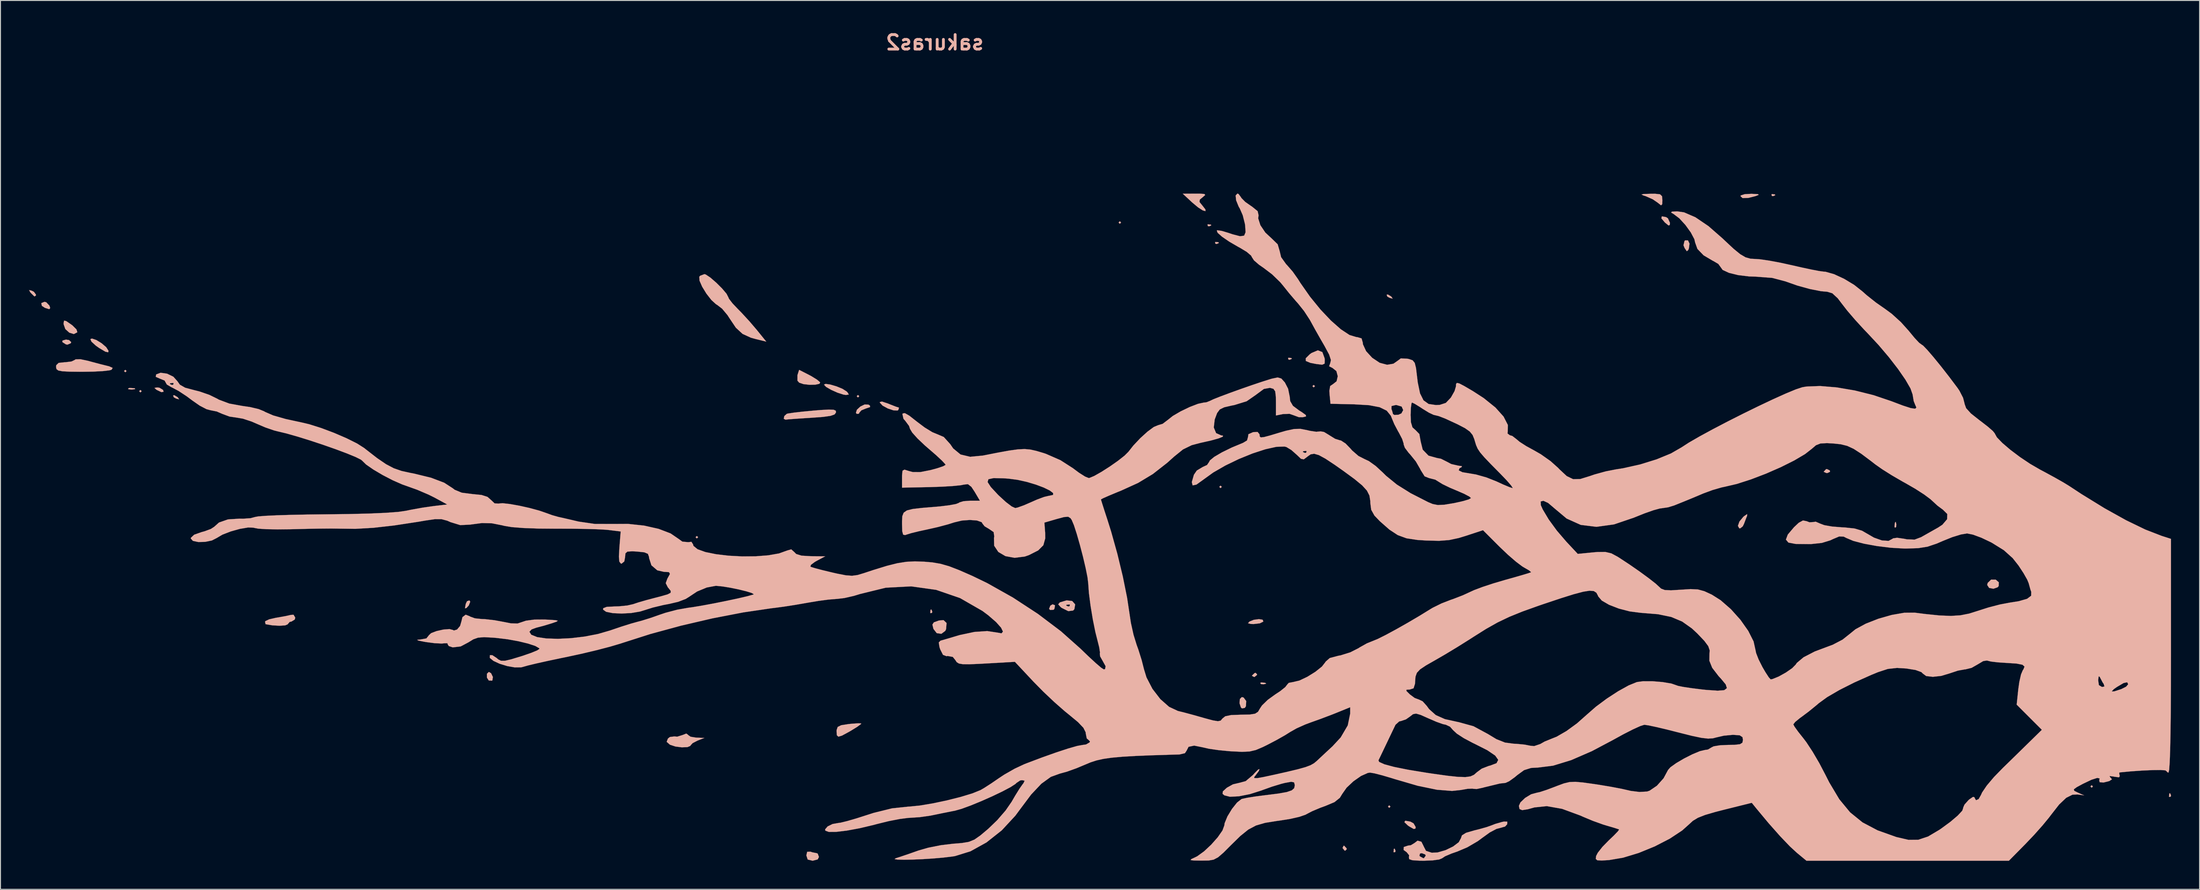
<source format=kicad_pcb>
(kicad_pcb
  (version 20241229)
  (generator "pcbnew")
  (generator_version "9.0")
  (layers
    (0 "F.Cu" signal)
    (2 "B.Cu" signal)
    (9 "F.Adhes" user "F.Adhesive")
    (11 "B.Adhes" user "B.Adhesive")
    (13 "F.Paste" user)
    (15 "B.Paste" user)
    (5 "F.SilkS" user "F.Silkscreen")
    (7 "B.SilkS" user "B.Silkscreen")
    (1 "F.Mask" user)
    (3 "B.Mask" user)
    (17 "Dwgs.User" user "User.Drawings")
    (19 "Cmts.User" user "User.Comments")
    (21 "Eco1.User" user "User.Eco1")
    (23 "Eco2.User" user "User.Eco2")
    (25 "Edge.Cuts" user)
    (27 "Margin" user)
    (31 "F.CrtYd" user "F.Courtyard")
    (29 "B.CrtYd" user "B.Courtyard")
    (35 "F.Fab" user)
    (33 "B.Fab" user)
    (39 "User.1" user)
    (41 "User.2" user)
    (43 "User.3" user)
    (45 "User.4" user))
  (footprint "sakuras2"
    (layer "F.Cu")
    (at 135.821 56.028)
    (property "Reference" "sakuras2" (at -40.64 -54.61 180) (layer "B.SilkS") (effects (font (size 1.524 1.524) (thickness 0.3)) (justify mirror)))
    (attr through_hole)
    (fp_poly (pts (xy -125.836 -20.082) (xy -125.704 -19.95) (xy -125.571 -20.082) (xy -125.704 -20.214) (xy -125.836 -20.082)) (stroke (width 0.01) (type solid)) (fill yes) (layer "B.SilkS"))
    (fp_poly (pts (xy -124.248 -17.965) (xy -124.116 -17.833) (xy -123.984 -17.965) (xy -124.116 -18.098) (xy -124.248 -17.965)) (stroke (width 0.01) (type solid)) (fill yes) (layer "B.SilkS"))
    (fp_poly (pts (xy -65.775 -2.619) (xy -65.643 -2.487) (xy -65.511 -2.619) (xy -65.643 -2.752) (xy -65.775 -2.619)) (stroke (width 0.01) (type solid)) (fill yes) (layer "B.SilkS"))
    (fp_poly (pts (xy -48.842 -17.436) (xy -48.71 -17.304) (xy -48.578 -17.436) (xy -48.71 -17.568) (xy -48.842 -17.436)) (stroke (width 0.01) (type solid)) (fill yes) (layer "B.SilkS"))
    (fp_poly (pts (xy -21.325 -35.692) (xy -21.193 -35.56) (xy -21.061 -35.692) (xy -21.193 -35.825) (xy -21.325 -35.692)) (stroke (width 0.01) (type solid)) (fill yes) (layer "B.SilkS"))
    (fp_poly (pts (xy -10.742 -7.911) (xy -10.61 -7.779) (xy -10.477 -7.911) (xy -10.61 -8.043) (xy -10.742 -7.911)) (stroke (width 0.01) (type solid)) (fill yes) (layer "B.SilkS"))
    (fp_poly (pts (xy -0.953 -18.494) (xy -0.82 -18.362) (xy -0.688 -18.494) (xy -0.82 -18.627) (xy -0.953 -18.494)) (stroke (width 0.01) (type solid)) (fill yes) (layer "B.SilkS"))
    (fp_poly (pts (xy 6.985 25.691) (xy 7.117 25.823) (xy 7.25 25.691) (xy 7.117 25.559) (xy 6.985 25.691)) (stroke (width 0.01) (type solid)) (fill yes) (layer "B.SilkS"))
    (fp_poly (pts (xy 80.804 23.574) (xy 80.936 23.707) (xy 81.068 23.574) (xy 80.936 23.442) (xy 80.804 23.574)) (stroke (width 0.01) (type solid)) (fill yes) (layer "B.SilkS"))
    (fp_poly (pts (xy -125.373 -18.273) (xy -125.406 -18.176) (xy -125.042 -18.139) (xy -124.666 -18.181) (xy -124.711 -18.273) (xy -125.253 -18.308) (xy -125.373 -18.273)) (stroke (width 0.01) (type solid)) (fill yes) (layer "B.SilkS"))
    (fp_poly (pts (xy -41.081 5.009) (xy -41.113 5.323) (xy -41.081 5.362) (xy -40.924 5.326) (xy -40.905 5.186) (xy -41.001 4.968) (xy -41.081 5.009)) (stroke (width 0.01) (type solid)) (fill yes) (layer "B.SilkS"))
    (fp_poly (pts (xy -11.977 -35.472) (xy -11.94 -35.315) (xy -11.8 -35.295) (xy -11.583 -35.392) (xy -11.624 -35.472) (xy -11.938 -35.503) (xy -11.977 -35.472)) (stroke (width 0.01) (type solid)) (fill yes) (layer "B.SilkS"))
    (fp_poly (pts (xy -11.183 -33.62) (xy -11.147 -33.462) (xy -11.007 -33.443) (xy -10.789 -33.54) (xy -10.83 -33.62) (xy -11.144 -33.651) (xy -11.183 -33.62)) (stroke (width 0.01) (type solid)) (fill yes) (layer "B.SilkS"))
    (fp_poly (pts (xy -6.437 12.699) (xy -6.358 12.819) (xy -6.09 12.838) (xy -5.808 12.773) (xy -5.93 12.678) (xy -6.343 12.646) (xy -6.437 12.699)) (stroke (width 0.01) (type solid)) (fill yes) (layer "B.SilkS"))
    (fp_poly (pts (xy -3.51 -21.449) (xy -3.474 -21.292) (xy -3.334 -21.273) (xy -3.116 -21.369) (xy -3.157 -21.449) (xy -3.471 -21.481) (xy -3.51 -21.449)) (stroke (width 0.01) (type solid)) (fill yes) (layer "B.SilkS"))
    (fp_poly (pts (xy 7.602 30.145) (xy 7.571 30.459) (xy 7.602 30.498) (xy 7.76 30.461) (xy 7.779 30.321) (xy 7.682 30.103) (xy 7.602 30.145)) (stroke (width 0.01) (type solid)) (fill yes) (layer "B.SilkS"))
    (fp_poly (pts (xy 47.29 -38.647) (xy 47.326 -38.49) (xy 47.466 -38.47) (xy 47.684 -38.567) (xy 47.643 -38.647) (xy 47.329 -38.678) (xy 47.29 -38.647)) (stroke (width 0.01) (type solid)) (fill yes) (layer "B.SilkS"))
    (fp_poly (pts (xy 60.25 -4.124) (xy 60.219 -3.711) (xy 60.271 -3.617) (xy 60.391 -3.696) (xy 60.41 -3.964) (xy 60.345 -4.247) (xy 60.25 -4.124)) (stroke (width 0.01) (type solid)) (fill yes) (layer "B.SilkS"))
    (fp_poly (pts (xy 89.094 24.324) (xy 89.062 24.638) (xy 89.094 24.677) (xy 89.251 24.64) (xy 89.27 24.5) (xy 89.174 24.283) (xy 89.094 24.324)) (stroke (width 0.01) (type solid)) (fill yes) (layer "B.SilkS"))
    (fp_poly (pts (xy -120.683 -17.517) (xy -120.604 -17.32) (xy -120.357 -17.188) (xy -120.048 -17.108) (xy -120.175 -17.302) (xy -120.209 -17.337) (xy -120.556 -17.546) (xy -120.683 -17.517)) (stroke (width 0.01) (type solid)) (fill yes) (layer "B.SilkS"))
    (fp_poly (pts (xy -89.796 4.108) (xy -89.93 4.395) (xy -90.01 4.848) (xy -89.862 4.829) (xy -89.607 4.548) (xy -89.454 4.16) (xy -89.545 4.022) (xy -89.796 4.108)) (stroke (width 0.01) (type solid)) (fill yes) (layer "B.SilkS"))
    (fp_poly (pts (xy -28.497 4.578) (xy -28.627 4.91) (xy -28.511 5.028) (xy -28.152 5.005) (xy -28.064 4.908) (xy -28.002 4.532) (xy -28.258 4.431) (xy -28.497 4.578)) (stroke (width 0.01) (type solid)) (fill yes) (layer "B.SilkS"))
    (fp_poly (pts (xy 6.846 -28.101) (xy 6.925 -27.904) (xy 7.172 -27.772) (xy 7.481 -27.691) (xy 7.354 -27.885) (xy 7.32 -27.92) (xy 6.973 -28.129) (xy 6.846 -28.101)) (stroke (width 0.01) (type solid)) (fill yes) (layer "B.SilkS"))
    (fp_poly (pts (xy 53.004 -9.752) (xy 52.77 -9.496) (xy 53.037 -9.371) (xy 53.17 -9.366) (xy 53.443 -9.496) (xy 53.417 -9.635) (xy 53.1 -9.788) (xy 53.004 -9.752)) (stroke (width 0.01) (type solid)) (fill yes) (layer "B.SilkS"))
    (fp_poly (pts (xy -135.694 -28.368) (xy -135.63 -28.29) (xy -135.258 -27.923) (xy -135.105 -28.008) (xy -135.096 -28.123) (xy -135.308 -28.408) (xy -135.531 -28.526) (xy -135.816 -28.594) (xy -135.694 -28.368)) (stroke (width 0.01) (type solid)) (fill yes) (layer "B.SilkS"))
    (fp_poly (pts (xy -134.533 -27.222) (xy -134.472 -26.936) (xy -134.149 -26.725) (xy -133.688 -26.582) (xy -133.597 -26.713) (xy -133.678 -26.961) (xy -134.011 -27.313) (xy -134.199 -27.358) (xy -134.533 -27.222)) (stroke (width 0.01) (type solid)) (fill yes) (layer "B.SilkS"))
    (fp_poly (pts (xy -132.303 -23.287) (xy -132.318 -23.125) (xy -131.935 -22.881) (xy -131.773 -22.86) (xy -131.431 -23.008) (xy -131.392 -23.125) (xy -131.614 -23.337) (xy -131.937 -23.389) (xy -132.303 -23.287)) (stroke (width 0.01) (type solid)) (fill yes) (layer "B.SilkS"))
    (fp_poly (pts (xy -122.642 -18.315) (xy -122.449 -18.132) (xy -122.396 -18.098) (xy -121.911 -17.864) (xy -121.68 -17.903) (xy -121.735 -18.098) (xy -122.112 -18.328) (xy -122.346 -18.358) (xy -122.642 -18.315)) (stroke (width 0.01) (type solid)) (fill yes) (layer "B.SilkS"))
    (fp_poly (pts (xy -87.704 11.733) (xy -87.704 12.131) (xy -87.508 12.439) (xy -87.167 12.458) (xy -87.13 12.429) (xy -87.074 12.076) (xy -87.264 11.675) (xy -87.5 11.536) (xy -87.704 11.733)) (stroke (width 0.01) (type solid)) (fill yes) (layer "B.SilkS"))
    (fp_poly (pts (xy -7.038 11.668) (xy -7.29 11.906) (xy -7.303 11.948) (xy -7.098 12.062) (xy -7.038 12.065) (xy -6.784 11.862) (xy -6.773 11.785) (xy -6.935 11.627) (xy -7.038 11.668)) (stroke (width 0.01) (type solid)) (fill yes) (layer "B.SilkS"))
    (fp_poly (pts (xy 2.226 29.997) (xy 2.223 30.057) (xy 2.426 30.311) (xy 2.503 30.321) (xy 2.661 30.159) (xy 2.619 30.057) (xy 2.382 29.804) (xy 2.339 29.792) (xy 2.226 29.997)) (stroke (width 0.01) (type solid)) (fill yes) (layer "B.SilkS"))
    (fp_poly (pts (xy 35.719 -36.128) (xy 36.088 -35.694) (xy 36.47 -35.382) (xy 36.604 -35.435) (xy 36.618 -35.66) (xy 36.407 -36.131) (xy 36.21 -36.262) (xy 35.763 -36.341) (xy 35.719 -36.128)) (stroke (width 0.01) (type solid)) (fill yes) (layer "B.SilkS"))
    (fp_poly (pts (xy -8.58 14.388) (xy -8.611 14.834) (xy -8.472 15.259) (xy -8.359 15.373) (xy -8.055 15.319) (xy -7.939 15.137) (xy -7.912 14.596) (xy -8.186 14.228) (xy -8.376 14.182) (xy -8.58 14.388)) (stroke (width 0.01) (type solid)) (fill yes) (layer "B.SilkS"))
    (fp_poly (pts (xy 8.711 27.326) (xy 9.076 27.675) (xy 9.226 27.778) (xy 9.697 28.046) (xy 9.876 27.996) (xy 9.895 27.832) (xy 9.674 27.453) (xy 9.346 27.272) (xy 8.806 27.174) (xy 8.711 27.326)) (stroke (width 0.01) (type solid)) (fill yes) (layer "B.SilkS"))
    (fp_poly (pts (xy 38.149 -33.756) (xy 38.04 -33.301) (xy 38.161 -33.006) (xy 38.39 -32.673) (xy 38.541 -32.802) (xy 38.608 -32.968) (xy 38.674 -33.477) (xy 38.515 -33.815) (xy 38.224 -33.819) (xy 38.149 -33.756)) (stroke (width 0.01) (type solid)) (fill yes) (layer "B.SilkS"))
    (fp_poly (pts (xy -40.199 6.134) (xy -40.737 6.328) (xy -40.888 6.563) (xy -40.779 7.018) (xy -40.433 7.463) (xy -39.945 7.532) (xy -39.531 7.221) (xy -39.45 7.04) (xy -39.399 6.396) (xy -39.719 6.093) (xy -40.199 6.134)) (stroke (width 0.01) (type solid)) (fill yes) (layer "B.SilkS"))
    (fp_poly (pts (xy -7.1 6.056) (xy -7.567 6.244) (xy -7.724 6.421) (xy -7.43 6.496) (xy -7.12 6.505) (xy -6.484 6.432) (xy -6.117 6.251) (xy -6.112 6.244) (xy -6.179 6.053) (xy -6.571 5.99) (xy -7.1 6.056)) (stroke (width 0.01) (type solid)) (fill yes) (layer "B.SilkS"))
    (fp_poly (pts (xy 44.465 -38.669) (xy 44.067 -38.539) (xy 44.027 -38.47) (xy 44.251 -38.261) (xy 44.868 -38.281) (xy 45.614 -38.47) (xy 45.949 -38.602) (xy 45.86 -38.672) (xy 45.296 -38.705) (xy 45.151 -38.709) (xy 44.465 -38.669)) (stroke (width 0.01) (type solid)) (fill yes) (layer "B.SilkS"))
    (fp_poly (pts (xy 70.37 1.835) (xy 70.008 2.184) (xy 69.956 2.399) (xy 70.16 2.708) (xy 70.607 2.798) (xy 71.048 2.644) (xy 71.161 2.517) (xy 71.178 2.118) (xy 70.853 1.837) (xy 70.372 1.835) (xy 70.37 1.835)) (stroke (width 0.01) (type solid)) (fill yes) (layer "B.SilkS"))
    (fp_poly (pts (xy -129.375 -23.441) (xy -129.261 -23.175) (xy -128.807 -22.758) (xy -128.453 -22.507) (xy -127.8 -22.119) (xy -127.498 -22.055) (xy -127.471 -22.214) (xy -127.714 -22.594) (xy -128.196 -23.006) (xy -128.748 -23.344) (xy -129.204 -23.499) (xy -129.375 -23.441)) (stroke (width 0.01) (type solid)) (fill yes) (layer "B.SilkS"))
    (fp_poly (pts (xy -54.05 30.444) (xy -54.134 30.822) (xy -53.992 31.255) (xy -53.485 31.38) (xy -53.472 31.38) (xy -52.94 31.242) (xy -52.811 30.983) (xy -52.942 30.63) (xy -53.054 30.586) (xy -53.497 30.499) (xy -53.715 30.425) (xy -54.05 30.444)) (stroke (width 0.01) (type solid)) (fill yes) (layer "B.SilkS"))
    (fp_poly (pts (xy 44.422 -4.841) (xy 44.33 -4.761) (xy 43.918 -4.266) (xy 43.761 -3.814) (xy 43.9 -3.56) (xy 43.996 -3.545) (xy 44.268 -3.76) (xy 44.393 -4.008) (xy 44.632 -4.638) (xy 44.727 -4.868) (xy 44.736 -5.052) (xy 44.422 -4.841)) (stroke (width 0.01) (type solid)) (fill yes) (layer "B.SilkS"))
    (fp_poly (pts (xy -132.185 -25.141) (xy -132.186 -25.004) (xy -132.007 -24.497) (xy -131.59 -24.118) (xy -131.11 -23.97) (xy -130.746 -24.158) (xy -130.743 -24.163) (xy -130.836 -24.457) (xy -131.257 -24.876) (xy -131.389 -24.974) (xy -131.912 -25.332) (xy -132.135 -25.385) (xy -132.185 -25.141)) (stroke (width 0.01) (type solid)) (fill yes) (layer "B.SilkS"))
    (fp_poly (pts (xy -55.071 -19.649) (xy -55.072 -19.074) (xy -54.89 -18.862) (xy -54.432 -18.707) (xy -53.807 -18.637) (xy -53.191 -18.65) (xy -52.761 -18.743) (xy -52.681 -18.895) (xy -53.005 -19.174) (xy -53.617 -19.551) (xy -53.87 -19.686) (xy -54.894 -20.208) (xy -55.071 -19.649)) (stroke (width 0.01) (type solid)) (fill yes) (layer "B.SilkS"))
    (fp_poly (pts (xy -48.462 -16.35) (xy -48.821 -16.016) (xy -48.926 -15.695) (xy -48.832 -15.578) (xy -48.596 -15.605) (xy -48.578 -15.696) (xy -48.352 -15.955) (xy -47.883 -16.145) (xy -47.435 -16.298) (xy -47.458 -16.459) (xy -47.61 -16.555) (xy -48.006 -16.571) (xy -48.462 -16.35)) (stroke (width 0.01) (type solid)) (fill yes) (layer "B.SilkS"))
    (fp_poly (pts (xy -1.051 -21.978) (xy -1.24 -21.836) (xy -1.658 -21.42) (xy -1.646 -21.141) (xy -1.167 -20.942) (xy -0.567 -20.826) (xy 0.07 -20.748) (xy 0.327 -20.86) (xy 0.344 -21.258) (xy 0.326 -21.431) (xy 0.092 -22.075) (xy -0.382 -22.261) (xy -1.051 -21.978)) (stroke (width 0.01) (type solid)) (fill yes) (layer "B.SilkS"))
    (fp_poly (pts (xy -52.282 -18.654) (xy -52.061 -18.417) (xy -51.521 -18.104) (xy -50.848 -17.805) (xy -50.228 -17.605) (xy -49.967 -17.568) (xy -49.671 -17.616) (xy -49.81 -17.843) (xy -49.91 -17.942) (xy -50.338 -18.214) (xy -50.962 -18.471) (xy -51.611 -18.662) (xy -52.108 -18.734) (xy -52.282 -18.654)) (stroke (width 0.01) (type solid)) (fill yes) (layer "B.SilkS"))
    (fp_poly (pts (xy -46.422 -16.818) (xy -46.413 -16.763) (xy -46.12 -16.448) (xy -45.576 -16.151) (xy -44.985 -15.954) (xy -44.551 -15.936) (xy -44.467 -15.996) (xy -44.4 -16.232) (xy -44.429 -16.245) (xy -44.723 -16.338) (xy -45.316 -16.569) (xy -45.529 -16.657) (xy -46.192 -16.88) (xy -46.422 -16.818)) (stroke (width 0.01) (type solid)) (fill yes) (layer "B.SilkS"))
    (fp_poly (pts (xy 34.568 -38.712) (xy 33.856 -38.689) (xy 33.626 -38.639) (xy 33.827 -38.538) (xy 34.067 -38.463) (xy 34.811 -38.135) (xy 35.324 -37.783) (xy 35.687 -37.496) (xy 35.811 -37.628) (xy 35.825 -38.033) (xy 35.786 -38.456) (xy 35.576 -38.659) (xy 35.056 -38.716) (xy 34.568 -38.712)) (stroke (width 0.01) (type solid)) (fill yes) (layer "B.SilkS"))
    (fp_poly (pts (xy -14.579 -38.721) (xy -13.59 -37.802) (xy -12.968 -37.282) (xy -12.476 -36.968) (xy -12.193 -36.887) (xy -12.197 -37.064) (xy -12.484 -37.436) (xy -12.818 -37.85) (xy -12.789 -38.103) (xy -12.474 -38.362) (xy -12.223 -38.581) (xy -12.303 -38.691) (xy -12.791 -38.727) (xy -13.271 -38.728) (xy -14.579 -38.721)) (stroke (width 0.01) (type solid)) (fill yes) (layer "B.SilkS"))
    (fp_poly (pts (xy -49.287 16.976) (xy -49.702 17.018) (xy -50.468 17.137) (xy -50.841 17.321) (xy -50.955 17.652) (xy -50.959 17.788) (xy -50.928 18.195) (xy -50.768 18.344) (xy -50.381 18.227) (xy -49.667 17.841) (xy -49.422 17.699) (xy -48.786 17.306) (xy -48.411 17.029) (xy -48.363 16.955) (xy -48.65 16.936) (xy -49.287 16.976)) (stroke (width 0.01) (type solid)) (fill yes) (layer "B.SilkS"))
    (fp_poly (pts (xy -108.307 5.546) (xy -108.856 5.668) (xy -109.653 5.812) (xy -109.895 5.851) (xy -110.58 6.008) (xy -110.978 6.197) (xy -111.019 6.267) (xy -110.963 6.52) (xy -110.953 6.525) (xy -110.245 6.643) (xy -109.503 6.684) (xy -108.908 6.648) (xy -108.64 6.535) (xy -108.638 6.522) (xy -108.424 6.276) (xy -108.241 6.244) (xy -107.895 6.031) (xy -107.844 5.829) (xy -108.022 5.529) (xy -108.307 5.546)) (stroke (width 0.01) (type solid)) (fill yes) (layer "B.SilkS"))
    (fp_poly (pts (xy -26.843 4.034) (xy -27.495 4.23) (xy -27.667 4.434) (xy -27.406 4.726) (xy -27.294 4.811) (xy -26.608 5.151) (xy -26.099 5.084) (xy -25.97 4.945) (xy -25.89 4.48) (xy -26.441 4.48) (xy -26.477 4.638) (xy -26.617 4.657) (xy -26.835 4.56) (xy -26.793 4.48) (xy -26.479 4.449) (xy -26.441 4.48) (xy -25.89 4.48) (xy -25.884 4.442) (xy -26.196 4.088) (xy -26.775 4.02) (xy -26.843 4.034)) (stroke (width 0.01) (type solid)) (fill yes) (layer "B.SilkS"))
    (fp_poly (pts (xy -67.119 18.161) (xy -67.695 18.341) (xy -68.026 18.319) (xy -68.478 18.378) (xy -68.684 18.545) (xy -68.814 18.884) (xy -68.481 19.177) (xy -68.456 19.19) (xy -67.896 19.377) (xy -67.223 19.463) (xy -66.632 19.441) (xy -66.317 19.307) (xy -66.305 19.26) (xy -66.086 19.021) (xy -65.577 18.759) (xy -64.849 18.471) (xy -65.709 18.443) (xy -66.295 18.35) (xy -66.567 18.162) (xy -66.569 18.141) (xy -66.753 18.015) (xy -67.119 18.161)) (stroke (width 0.01) (type solid)) (fill yes) (layer "B.SilkS"))
    (fp_poly (pts (xy -52.662 -15.985) (xy -53.397 -15.925) (xy -54.511 -15.819) (xy -55.44 -15.713) (xy -56.046 -15.624) (xy -56.184 -15.591) (xy -56.448 -15.357) (xy -56.512 -15.07) (xy -56.325 -14.971) (xy -56.317 -14.973) (xy -55.981 -15.01) (xy -55.245 -15.066) (xy -54.234 -15.133) (xy -53.607 -15.172) (xy -52.382 -15.262) (xy -51.6 -15.372) (xy -51.174 -15.52) (xy -51.019 -15.724) (xy -51.019 -15.728) (xy -51.042 -15.915) (xy -51.263 -16.015) (xy -51.773 -16.036) (xy -52.662 -15.985)) (stroke (width 0.01) (type solid)) (fill yes) (layer "B.SilkS"))
    (fp_poly (pts (xy -130.926 -21.314) (xy -131.005 -21.257) (xy -131.35 -21.089) (xy -131.987 -21.009) (xy -132.069 -21.008) (xy -132.707 -20.943) (xy -132.958 -20.699) (xy -132.98 -20.51) (xy -132.936 -20.286) (xy -132.745 -20.14) (xy -132.311 -20.057) (xy -131.541 -20.017) (xy -130.342 -20.005) (xy -130.244 -20.005) (xy -129.065 -20.022) (xy -128.065 -20.076) (xy -127.375 -20.155) (xy -127.149 -20.22) (xy -127.031 -20.41) (xy -127.395 -20.577) (xy -127.569 -20.62) (xy -128.309 -20.804) (xy -129.246 -21.053) (xy -129.6 -21.152) (xy -130.427 -21.328) (xy -130.926 -21.314)) (stroke (width 0.01) (type solid)) (fill yes) (layer "B.SilkS"))
    (fp_poly (pts (xy -65.294 -30.098) (xy -65.383 -29.996) (xy -65.366 -29.591) (xy -65.085 -28.948) (xy -64.637 -28.218) (xy -64.118 -27.552) (xy -63.623 -27.101) (xy -63.507 -27.036) (xy -62.983 -26.632) (xy -62.423 -25.96) (xy -62.231 -25.662) (xy -61.542 -24.637) (xy -60.838 -23.988) (xy -59.955 -23.584) (xy -59.48 -23.452) (xy -58.345 -23.175) (xy -59.343 -24.407) (xy -60.106 -25.3) (xy -60.939 -26.205) (xy -61.338 -26.61) (xy -61.902 -27.205) (xy -62.264 -27.677) (xy -62.336 -27.845) (xy -62.522 -28.207) (xy -62.99 -28.76) (xy -63.601 -29.369) (xy -64.217 -29.902) (xy -64.702 -30.226) (xy -64.844 -30.268) (xy -65.294 -30.098)) (stroke (width 0.01) (type solid)) (fill yes) (layer "B.SilkS"))
    (fp_poly (pts (xy 18.95 27.312) (xy 18.264 27.51) (xy 17.833 27.677) (xy 17.358 27.845) (xy 16.579 28.064) (xy 16.047 28.196) (xy 15.187 28.447) (xy 14.757 28.718) (xy 14.658 29.006) (xy 14.425 29.436) (xy 13.832 29.884) (xy 13.039 30.268) (xy 12.207 30.509) (xy 11.598 30.542) (xy 10.982 30.343) (xy 10.739 29.873) (xy 10.737 29.858) (xy 10.5 29.386) (xy 10.099 29.271) (xy 9.763 29.527) (xy 9.39 29.75) (xy 9.086 29.792) (xy 8.647 29.94) (xy 8.629 30.249) (xy 8.953 30.484) (xy 9.211 30.807) (xy 9.189 31.005) (xy 9.212 31.211) (xy 9.538 31.327) (xy 10.259 31.375) (xy 10.778 31.38) (xy 11.687 31.344) (xy 12.37 31.249) (xy 12.667 31.126) (xy 12.989 30.912) (xy 13.134 30.85) (xy 10.954 30.85) (xy 10.764 31.107) (xy 10.705 31.115) (xy 10.346 30.923) (xy 10.292 30.85) (xy 10.352 30.624) (xy 10.541 30.586) (xy 10.903 30.724) (xy 10.954 30.85) (xy 13.134 30.85) (xy 13.655 30.628) (xy 14.265 30.417) (xy 15.326 29.967) (xy 16.425 29.325) (xy 16.931 28.951) (xy 17.693 28.402) (xy 18.389 28.035) (xy 18.759 27.94) (xy 19.297 27.784) (xy 19.517 27.54) (xy 19.529 27.275) (xy 19.187 27.261) (xy 18.95 27.312)) (stroke (width 0.01) (type solid)) (fill yes) (layer "B.SilkS"))
    (fp_poly (pts (xy -9.023 -38.531) (xy -8.97 -38.024) (xy -8.704 -37.367) (xy -8.576 -37.148) (xy -8.273 -36.451) (xy -8.049 -35.562) (xy -8.02 -35.362) (xy -7.979 -34.668) (xy -8.129 -34.31) (xy -8.555 -34.25) (xy -9.342 -34.454) (xy -9.816 -34.614) (xy -10.495 -34.815) (xy -10.937 -34.877) (xy -11.003 -34.857) (xy -10.917 -34.615) (xy -10.45 -34.202) (xy -9.695 -33.684) (xy -8.742 -33.13) (xy -8.559 -33.033) (xy -7.856 -32.607) (xy -7.4 -32.218) (xy -7.303 -32.036) (xy -7.095 -31.715) (xy -6.562 -31.255) (xy -6.096 -30.934) (xy -5.196 -30.251) (xy -4.34 -29.423) (xy -4.065 -29.095) (xy -3.393 -28.255) (xy -2.688 -27.43) (xy -2.468 -27.187) (xy -1.83 -26.389) (xy -1.23 -25.47) (xy -1.125 -25.281) (xy -0.67 -24.45) (xy -0.092 -23.429) (xy 0.319 -22.719) (xy 0.804 -21.815) (xy 0.993 -21.237) (xy 0.914 -20.893) (xy 0.908 -20.886) (xy 0.804 -20.584) (xy 1.159 -20.404) (xy 1.565 -20.08) (xy 1.71 -19.539) (xy 1.587 -19.007) (xy 1.225 -18.719) (xy 0.913 -18.508) (xy 0.826 -18.006) (xy 0.851 -17.619) (xy 0.946 -16.642) (xy 3.428 -16.587) (xy 4.995 -16.495) (xy 6.113 -16.282) (xy 6.855 -15.919) (xy 7.292 -15.38) (xy 7.402 -15.097) (xy 7.652 -14.498) (xy 8.049 -13.748) (xy 8.137 -13.6) (xy 8.477 -12.947) (xy 8.634 -12.46) (xy 8.632 -12.378) (xy 8.761 -12.018) (xy 9.162 -11.486) (xy 9.318 -11.319) (xy 9.915 -10.581) (xy 10.376 -9.784) (xy 10.413 -9.697) (xy 10.837 -9.019) (xy 11.296 -8.837) (xy 11.956 -8.669) (xy 12.256 -8.483) (xy 12.72 -8.197) (xy 13.493 -7.823) (xy 14.195 -7.526) (xy 14.99 -7.183) (xy 15.541 -6.891) (xy 15.716 -6.732) (xy 15.477 -6.592) (xy 14.85 -6.405) (xy 13.968 -6.211) (xy 13.928 -6.203) (xy 12.917 -6.035) (xy 12.233 -6) (xy 11.688 -6.107) (xy 11.216 -6.303) (xy 9.366 -7.248) (xy 7.924 -8.15) (xy 6.783 -9.08) (xy 6.432 -9.428) (xy 5.694 -10.107) (xy 4.972 -10.624) (xy 4.523 -10.832) (xy 3.885 -11.158) (xy 3.308 -11.659) (xy -1.57 -11.659) (xy -1.606 -11.502) (xy -1.746 -11.483) (xy -1.964 -11.58) (xy -1.923 -11.659) (xy -1.609 -11.691) (xy -1.57 -11.659) (xy 3.308 -11.659) (xy 3.22 -11.735) (xy 3.068 -11.912) (xy 2.533 -12.466) (xy 2.051 -12.78) (xy 1.927 -12.806) (xy 1.432 -12.961) (xy 0.825 -13.337) (xy 0.806 -13.352) (xy 0.263 -13.681) (xy -0.128 -13.748) (xy -0.15 -13.737) (xy -0.549 -13.701) (xy -1.234 -13.804) (xy -1.503 -13.87) (xy -2.197 -14.007) (xy -2.874 -13.992) (xy -3.732 -13.809) (xy -4.394 -13.617) (xy -5.425 -13.307) (xy -6.051 -13.141) (xy -6.373 -13.11) (xy -6.492 -13.206) (xy -6.509 -13.418) (xy -6.509 -13.431) (xy -6.713 -13.681) (xy -7.186 -13.661) (xy -7.682 -13.442) (xy -7.72 -13.16) (xy -7.825 -12.786) (xy -8.247 -12.534) (xy -9.428 -12.044) (xy -10.469 -11.534) (xy -11.27 -11.064) (xy -11.73 -10.687) (xy -11.8 -10.543) (xy -12.026 -10.209) (xy -12.481 -9.999) (xy -13.105 -9.626) (xy -13.407 -9.183) (xy -13.628 -8.41) (xy -13.539 -8.066) (xy -13.139 -8.15) (xy -12.427 -8.661) (xy -12.416 -8.67) (xy -11.371 -9.423) (xy -10.089 -10.161) (xy -8.676 -10.842) (xy -7.241 -11.424) (xy -5.893 -11.863) (xy -4.739 -12.119) (xy -3.887 -12.147) (xy -3.687 -12.098) (xy -3.166 -11.783) (xy -2.593 -11.276) (xy -2.592 -11.276) (xy -2.155 -10.859) (xy -1.858 -10.804) (xy -1.488 -11.08) (xy -1.467 -11.1) (xy -1.136 -11.331) (xy -0.766 -11.391) (xy -0.275 -11.249) (xy 0.418 -10.871) (xy 1.393 -10.226) (xy 2.279 -9.603) (xy 3.465 -8.735) (xy 4.274 -8.068) (xy 4.775 -7.517) (xy 5.036 -7.001) (xy 5.128 -6.437) (xy 5.133 -6.216) (xy 5.223 -5.506) (xy 5.563 -4.896) (xy 6.125 -4.308) (xy 7.138 -3.417) (xy 8.013 -2.842) (xy 8.934 -2.505) (xy 10.085 -2.331) (xy 11.013 -2.271) (xy 12.356 -2.24) (xy 13.415 -2.32) (xy 14.428 -2.537) (xy 15.148 -2.757) (xy 16.974 -3.356) (xy 18.722 -1.607) (xy 19.596 -0.776) (xy 20.435 -0.051) (xy 21.102 0.451) (xy 21.293 0.566) (xy 21.812 0.865) (xy 22.029 1.051) (xy 22.025 1.065) (xy 21.748 1.162) (xy 21.071 1.366) (xy 20.107 1.643) (xy 19.288 1.871) (xy 18.062 2.233) (xy 16.928 2.607) (xy 16.048 2.937) (xy 15.716 3.088) (xy 14.86 3.482) (xy 13.86 3.869) (xy 13.581 3.963) (xy 12.613 4.339) (xy 11.684 4.797) (xy 11.464 4.928) (xy 10.291 5.65) (xy 9.043 6.384) (xy 7.825 7.073) (xy 6.743 7.657) (xy 5.902 8.078) (xy 5.415 8.276) (xy 4.771 8.536) (xy 4.012 8.961) (xy 3.877 9.049) (xy 3.022 9.481) (xy 2.021 9.793) (xy 1.788 9.835) (xy 0.87 10.077) (xy 0.429 10.464) (xy 0.413 10.504) (xy 0.047 10.974) (xy -0.642 11.525) (xy -1.486 12.049) (xy -2.311 12.441) (xy -2.946 12.594) (xy -3.439 12.687) (xy -3.598 12.861) (xy -3.807 13.135) (xy -4.344 13.563) (xy -4.877 13.915) (xy -5.648 14.473) (xy -6.248 15.056) (xy -6.458 15.368) (xy -6.67 15.73) (xy -6.981 15.93) (xy -7.536 16.016) (xy -8.474 16.034) (xy -9.505 16.072) (xy -10.117 16.201) (xy -10.416 16.444) (xy -10.42 16.452) (xy -10.592 16.655) (xy -10.883 16.717) (xy -11.415 16.631) (xy -12.31 16.39) (xy -12.484 16.339) (xy -13.523 16.046) (xy -14.467 15.793) (xy -15.094 15.639) (xy -16.011 15.21) (xy -16.937 14.393) (xy -17.765 13.318) (xy -18.39 12.114) (xy -18.654 11.253) (xy -18.899 10.29) (xy -19.246 9.187) (xy -19.421 8.704) (xy -19.751 7.637) (xy -20.028 6.39) (xy -20.138 5.662) (xy -20.428 3.739) (xy -20.879 1.503) (xy -21.452 -0.872) (xy -22.105 -3.211) (xy -22.492 -4.442) (xy -22.806 -5.405) (xy -23.044 -6.151) (xy -23.168 -6.556) (xy -23.177 -6.595) (xy -22.95 -6.716) (xy -22.343 -6.984) (xy -22.15 -7.064) (xy -28.204 -7.064) (xy -28.633 -6.97) (xy -28.668 -6.969) (xy -29.159 -6.851) (xy -29.918 -6.566) (xy -30.454 -6.329) (xy -31.265 -5.976) (xy -31.926 -5.74) (xy -32.182 -5.684) (xy -32.553 -5.852) (xy -33.161 -6.314) (xy -33.887 -6.979) (xy -34.016 -7.107) (xy -34.75 -7.896) (xy -35.088 -8.417) (xy -34.999 -8.716) (xy -34.455 -8.833) (xy -33.428 -8.812) (xy -32.895 -8.776) (xy -31.942 -8.65) (xy -30.954 -8.43) (xy -30.009 -8.147) (xy -29.184 -7.837) (xy -28.557 -7.531) (xy -28.204 -7.262) (xy -28.204 -7.064) (xy -22.15 -7.064) (xy -21.469 -7.349) (xy -21.058 -7.515) (xy -19.27 -8.327) (xy -17.725 -9.258) (xy -16.209 -10.443) (xy -15.48 -11.097) (xy -14.551 -11.847) (xy -13.629 -12.296) (xy -12.702 -12.538) (xy -11.612 -12.782) (xy -10.815 -13.005) (xy -10.374 -13.183) (xy -10.354 -13.294) (xy -10.53 -13.317) (xy -11.073 -13.558) (xy -11.319 -14.15) (xy -11.223 -14.979) (xy -11.205 -15.035) (xy -10.968 -15.669) (xy -10.689 -16.047) (xy -10.22 -16.275) (xy -9.413 -16.461) (xy -9.154 -16.51) (xy -7.864 -16.908) (xy -6.888 -17.585) (xy -6.878 -17.595) (xy -6.053 -18.202) (xy -5.415 -18.318) (xy -5.05 -18.215) (xy -4.863 -17.946) (xy -4.796 -17.373) (xy -4.789 -16.82) (xy -4.789 -15.411) (xy -4.023 -15.565) (xy -3.357 -15.586) (xy -2.914 -15.432) (xy -2.391 -15.238) (xy -1.959 -15.233) (xy -1.625 -15.311) (xy -1.644 -15.459) (xy -2.058 -15.758) (xy -2.342 -15.936) (xy -3 -16.427) (xy -3.288 -16.923) (xy -3.34 -17.391) (xy -3.508 -18.223) (xy -3.849 -18.885) (xy -4.221 -19.296) (xy -4.603 -19.41) (xy -5.219 -19.281) (xy -5.364 -19.238) (xy -6.259 -18.956) (xy -7.348 -18.59) (xy -8.517 -18.182) (xy -9.652 -17.773) (xy -10.638 -17.404) (xy -11.362 -17.117) (xy -11.709 -16.952) (xy -11.719 -16.945) (xy -12.104 -16.795) (xy -12.341 -16.775) (xy -12.968 -16.642) (xy -13.849 -16.303) (xy -14.797 -15.847) (xy -15.627 -15.362) (xy -16.141 -14.953) (xy -16.691 -14.536) (xy -17.168 -14.393) (xy -17.62 -14.206) (xy -18.286 -13.714) (xy -19.046 -13.025) (xy -19.779 -12.246) (xy -20.285 -11.604) (xy -20.692 -11.196) (xy -21.39 -10.647) (xy -22.243 -10.049) (xy -23.118 -9.49) (xy -23.879 -9.059) (xy -24.391 -8.846) (xy -24.46 -8.837) (xy -24.845 -8.993) (xy -25.485 -9.398) (xy -26.127 -9.877) (xy -27.436 -10.717) (xy -28.965 -11.386) (xy -29.24 -11.476) (xy -29.968 -11.692) (xy -30.581 -11.83) (xy -31.186 -11.886) (xy -31.889 -11.854) (xy -32.795 -11.73) (xy -34.011 -11.51) (xy -35.581 -11.201) (xy -36.916 -11.072) (xy -37.93 -11.313) (xy -38.705 -11.952) (xy -39.011 -12.398) (xy -39.694 -13.153) (xy -40.298 -13.412) (xy -40.899 -13.66) (xy -41.709 -14.157) (xy -42.513 -14.763) (xy -43.307 -15.387) (xy -43.788 -15.662) (xy -44.012 -15.618) (xy -44.037 -15.552) (xy -43.927 -15.065) (xy -43.728 -14.836) (xy -43.343 -14.317) (xy -43.241 -14.008) (xy -43.006 -13.614) (xy -42.455 -13) (xy -41.687 -12.271) (xy -41.3 -11.936) (xy -40.494 -11.238) (xy -39.878 -10.663) (xy -39.54 -10.297) (xy -39.502 -10.218) (xy -39.767 -10.072) (xy -40.398 -9.861) (xy -41.082 -9.675) (xy -42.172 -9.462) (xy -42.951 -9.467) (xy -43.344 -9.572) (xy -43.822 -9.722) (xy -44.029 -9.607) (xy -44.078 -9.114) (xy -44.08 -8.838) (xy -44.08 -7.827) (xy -41.103 -7.888) (xy -39.848 -7.931) (xy -38.745 -7.997) (xy -37.93 -8.079) (xy -37.57 -8.15) (xy -37.154 -8.195) (xy -36.795 -7.917) (xy -36.454 -7.403) (xy -35.895 -6.456) (xy -36.929 -6.456) (xy -37.624 -6.403) (xy -38.059 -6.271) (xy -38.104 -6.228) (xy -38.414 -6.107) (xy -39.124 -5.976) (xy -40.103 -5.857) (xy -40.567 -5.816) (xy -41.984 -5.699) (xy -42.957 -5.586) (xy -43.57 -5.433) (xy -43.906 -5.198) (xy -44.048 -4.839) (xy -44.079 -4.312) (xy -44.08 -4.018) (xy -44.057 -3.242) (xy -43.961 -2.887) (xy -43.746 -2.845) (xy -43.617 -2.892) (xy -43.124 -3.045) (xy -42.3 -3.248) (xy -41.434 -3.434) (xy -40.323 -3.685) (xy -39.236 -3.975) (xy -38.599 -4.177) (xy -37.795 -4.369) (xy -36.942 -4.432) (xy -36.195 -4.373) (xy -35.712 -4.201) (xy -35.613 -4.034) (xy -35.399 -3.765) (xy -34.935 -3.49) (xy -34.453 -3.158) (xy -34.386 -2.692) (xy -34.418 -2.542) (xy -34.398 -1.725) (xy -33.962 -1.072) (xy -33.213 -0.631) (xy -32.251 -0.454) (xy -31.178 -0.588) (xy -30.742 -0.74) (xy -29.77 -1.233) (xy -29.229 -1.775) (xy -29.031 -2.49) (xy -29.037 -3.058) (xy -29.117 -4.156) (xy -27.823 -4.533) (xy -27.048 -4.74) (xy -26.616 -4.771) (xy -26.37 -4.615) (xy -26.244 -4.426) (xy -26.013 -3.878) (xy -25.714 -2.956) (xy -25.385 -1.804) (xy -25.062 -0.567) (xy -24.785 0.612) (xy -24.59 1.588) (xy -24.515 2.204) (xy -24.441 3.238) (xy -24.268 4.578) (xy -24.03 6.021) (xy -23.759 7.361) (xy -23.546 8.203) (xy -23.355 8.964) (xy -23.277 9.492) (xy -23.297 9.627) (xy -23.26 9.91) (xy -23.036 10.307) (xy -22.688 10.933) (xy -22.739 11.241) (xy -22.881 11.271) (xy -23.151 11.096) (xy -23.71 10.618) (xy -24.476 9.912) (xy -25.33 9.088) (xy -27.384 7.262) (xy -29.803 5.437) (xy -32.433 3.717) (xy -35.118 2.208) (xy -36.671 1.456) (xy -38.065 0.844) (xy -39.136 0.431) (xy -40.034 0.173) (xy -40.906 0.025) (xy -41.739 -0.046) (xy -42.729 -0.081) (xy -43.628 -0.036) (xy -44.564 0.112) (xy -45.664 0.387) (xy -47.053 0.814) (xy -48.093 1.157) (xy -48.762 1.357) (xy -49.336 1.433) (xy -49.993 1.383) (xy -50.91 1.204) (xy -51.4 1.092) (xy -52.401 0.852) (xy -53.202 0.641) (xy -53.664 0.499) (xy -53.709 0.479) (xy -53.657 0.288) (xy -53.239 -0.026) (xy -53.048 -0.134) (xy -52.149 -0.613) (xy -53.658 -0.624) (xy -54.638 -0.682) (xy -55.202 -0.856) (xy -55.405 -1.062) (xy -55.72 -1.344) (xy -56.145 -1.223) (xy -57 -0.917) (xy -58.14 -0.716) (xy -59.469 -0.614) (xy -60.891 -0.603) (xy -62.308 -0.678) (xy -63.623 -0.833) (xy -64.741 -1.06) (xy -65.565 -1.355) (xy -65.998 -1.71) (xy -66.04 -1.869) (xy -66.213 -2.138) (xy -66.548 -2.097) (xy -67.168 -2.158) (xy -67.541 -2.43) (xy -68.399 -3.017) (xy -69.656 -3.497) (xy -71.185 -3.841) (xy -72.862 -4.019) (xy -74.457 -4.012) (xy -76.374 -4.017) (xy -78.067 -4.263) (xy -79.009 -4.485) (xy -79.805 -4.667) (xy -80.195 -4.753) (xy -80.858 -4.94) (xy -81.386 -5.134) (xy -82.201 -5.415) (xy -83.217 -5.691) (xy -84.292 -5.931) (xy -85.285 -6.108) (xy -86.055 -6.194) (xy -86.46 -6.159) (xy -86.463 -6.158) (xy -86.89 -6.172) (xy -87.24 -6.505) (xy -87.643 -6.86) (xy -88.271 -7.06) (xy -89.199 -7.152) (xy -90.348 -7.299) (xy -91.102 -7.611) (xy -91.29 -7.762) (xy -92.192 -8.346) (xy -93.563 -8.867) (xy -95.347 -9.304) (xy -95.711 -9.373) (xy -96.664 -9.581) (xy -97.485 -9.865) (xy -98.3 -10.292) (xy -99.237 -10.931) (xy -100.421 -11.851) (xy -100.597 -11.992) (xy -101.349 -12.47) (xy -102.457 -13.023) (xy -103.767 -13.587) (xy -105.123 -14.097) (xy -106.373 -14.491) (xy -107.05 -14.653) (xy -108.853 -15.044) (xy -110.164 -15.419) (xy -111.02 -15.79) (xy -111.121 -15.853) (xy -111.697 -16.087) (xy -112.589 -16.298) (xy -113.419 -16.419) (xy -114.774 -16.666) (xy -115.87 -17.075) (xy -116.06 -17.184) (xy -116.88 -17.583) (xy -117.918 -17.941) (xy -118.47 -18.079) (xy -119.416 -18.332) (xy -119.968 -18.647) (xy -120.079 -18.803) (xy -120.632 -18.803) (xy -120.669 -18.646) (xy -120.809 -18.627) (xy -121.027 -18.723) (xy -120.985 -18.803) (xy -120.671 -18.835) (xy -120.632 -18.803) (xy -120.079 -18.803) (xy -120.225 -19.01) (xy -120.654 -19.487) (xy -121.315 -19.808) (xy -121.994 -19.903) (xy -122.461 -19.726) (xy -122.506 -19.476) (xy -122.05 -19.277) (xy -122.039 -19.275) (xy -121.574 -19.084) (xy -121.469 -18.894) (xy -121.341 -18.668) (xy -120.862 -18.386) (xy -120.77 -18.346) (xy -120.103 -17.99) (xy -119.256 -17.433) (xy -118.664 -16.992) (xy -117.883 -16.448) (xy -117.173 -16.077) (xy -116.782 -15.971) (xy -116.092 -15.832) (xy -115.517 -15.584) (xy -114.745 -15.297) (xy -114.045 -15.196) (xy -113.336 -15.075) (xy -112.429 -14.776) (xy -111.929 -14.559) (xy -110.988 -14.157) (xy -110.07 -13.841) (xy -109.696 -13.746) (xy -108.769 -13.525) (xy -107.595 -13.191) (xy -106.272 -12.78) (xy -104.901 -12.325) (xy -103.583 -11.863) (xy -102.417 -11.426) (xy -101.504 -11.051) (xy -100.944 -10.772) (xy -100.823 -10.673) (xy -100.403 -10.263) (xy -99.633 -9.729) (xy -98.65 -9.149) (xy -97.592 -8.601) (xy -96.596 -8.164) (xy -96.157 -8.009) (xy -95.013 -7.599) (xy -93.83 -7.093) (xy -93.204 -6.782) (xy -91.871 -6.059) (xy -93.309 -5.892) (xy -94.466 -5.726) (xy -95.721 -5.499) (xy -96.203 -5.398) (xy -97.021 -5.28) (xy -98.33 -5.183) (xy -100.09 -5.106) (xy -102.262 -5.053) (xy -104.671 -5.025) (xy -106.559 -5.004) (xy -108.284 -4.969) (xy -109.771 -4.923) (xy -110.946 -4.868) (xy -111.735 -4.807) (xy -112.06 -4.747) (xy -112.538 -4.619) (xy -113.311 -4.565) (xy -113.706 -4.571) (xy -114.914 -4.492) (xy -115.859 -4.162) (xy -116.361 -3.715) (xy -116.713 -3.485) (xy -117.381 -3.24) (xy -117.684 -3.159) (xy -118.468 -2.882) (xy -118.814 -2.554) (xy -118.824 -2.487) (xy -118.598 -2.233) (xy -118.036 -2.114) (xy -117.314 -2.13) (xy -116.606 -2.276) (xy -116.115 -2.526) (xy -115.498 -2.889) (xy -114.622 -3.228) (xy -113.665 -3.495) (xy -112.803 -3.641) (xy -112.212 -3.621) (xy -112.149 -3.596) (xy -111.723 -3.517) (xy -110.879 -3.464) (xy -109.73 -3.443) (xy -108.384 -3.455) (xy -107.976 -3.465) (xy -106.529 -3.501) (xy -105.179 -3.524) (xy -104.062 -3.532) (xy -103.312 -3.524) (xy -103.214 -3.52) (xy -101.521 -3.5) (xy -99.635 -3.608) (xy -97.46 -3.853) (xy -94.9 -4.244) (xy -94.15 -4.373) (xy -93.155 -4.517) (xy -92.464 -4.514) (xy -91.866 -4.353) (xy -91.533 -4.206) (xy -90.506 -3.891) (xy -89.485 -3.941) (xy -88.227 -4.107) (xy -87.181 -4.083) (xy -86.06 -3.861) (xy -85.884 -3.814) (xy -85.085 -3.681) (xy -83.846 -3.584) (xy -82.254 -3.527) (xy -80.46 -3.515) (xy -78.901 -3.513) (xy -77.424 -3.493) (xy -76.157 -3.457) (xy -75.228 -3.408) (xy -74.936 -3.38) (xy -73.645 -3.222) (xy -73.781 -1.532) (xy -73.833 -0.58) (xy -73.787 -0.054) (xy -73.63 0.147) (xy -73.55 0.159) (xy -73.265 -0.072) (xy -73.184 -0.517) (xy -73.146 -0.922) (xy -72.939 -1.108) (xy -72.425 -1.139) (xy -71.927 -1.113) (xy -71.159 -1.032) (xy -70.785 -0.871) (xy -70.668 -0.557) (xy -70.663 -0.439) (xy -70.417 0.33) (xy -69.8 0.86) (xy -69.106 1.019) (xy -68.568 1.05) (xy -68.468 1.24) (xy -68.735 1.726) (xy -68.74 1.735) (xy -68.912 2.207) (xy -68.687 2.653) (xy -68.596 2.757) (xy -68.381 3.03) (xy -68.393 3.221) (xy -68.715 3.389) (xy -69.43 3.595) (xy -69.931 3.723) (xy -70.935 3.988) (xy -71.807 4.24) (xy -72.336 4.417) (xy -72.961 4.559) (xy -73.845 4.645) (xy -74.277 4.657) (xy -75.113 4.701) (xy -75.481 4.844) (xy -75.5 4.987) (xy -75.172 5.22) (xy -74.472 5.36) (xy -73.547 5.403) (xy -72.546 5.349) (xy -71.617 5.194) (xy -71.181 5.06) (xy -70.268 4.773) (xy -69.153 4.505) (xy -68.549 4.391) (xy -67.606 4.17) (xy -66.808 3.865) (xy -66.462 3.648) (xy -65.618 3.087) (xy -64.601 2.666) (xy -63.675 2.492) (xy -63.59 2.492) (xy -62.93 2.556) (xy -62.101 2.692) (xy -61.23 2.872) (xy -60.448 3.065) (xy -59.88 3.241) (xy -59.656 3.372) (xy -59.69 3.403) (xy -60.308 3.576) (xy -61.302 3.809) (xy -62.525 4.07) (xy -63.83 4.332) (xy -65.07 4.563) (xy -66.101 4.735) (xy -66.569 4.798) (xy -67.701 4.998) (xy -68.932 5.322) (xy -69.48 5.506) (xy -70.469 5.853) (xy -71.417 6.148) (xy -71.861 6.266) (xy -72.569 6.463) (xy -73.569 6.777) (xy -74.654 7.145) (xy -74.75 7.179) (xy -76.03 7.55) (xy -77.434 7.822) (xy -78.868 7.992) (xy -80.239 8.059) (xy -81.454 8.021) (xy -82.421 7.878) (xy -83.045 7.627) (xy -83.238 7.314) (xy -83.011 7.071) (xy -82.51 6.887) (xy -81.74 6.687) (xy -80.883 6.427) (xy -80.857 6.419) (xy -80.383 6.253) (xy -80.253 6.154) (xy -80.524 6.096) (xy -81.248 6.05) (xy -81.641 6.032) (xy -82.73 6.039) (xy -83.6 6.154) (xy -83.958 6.275) (xy -84.492 6.452) (xy -85.187 6.43) (xy -85.905 6.289) (xy -86.913 6.103) (xy -87.896 5.992) (xy -88.232 5.98) (xy -88.959 5.905) (xy -89.467 5.722) (xy -89.512 5.685) (xy -89.933 5.523) (xy -90.275 5.782) (xy -90.382 6.227) (xy -90.523 6.708) (xy -90.84 7.084) (xy -91.173 7.186) (xy -91.254 7.136) (xy -91.638 7.036) (xy -92.281 7.086) (xy -92.989 7.244) (xy -93.567 7.464) (xy -93.821 7.704) (xy -93.821 7.716) (xy -94.065 8.017) (xy -94.681 8.127) (xy -95.035 8.165) (xy -94.91 8.242) (xy -94.284 8.368) (xy -94.086 8.402) (xy -93.19 8.519) (xy -92.456 8.555) (xy -92.167 8.528) (xy -91.843 8.521) (xy -91.833 8.62) (xy -91.711 8.816) (xy -91.291 8.958) (xy -90.463 8.86) (xy -89.667 8.44) (xy -89.13 8.111) (xy -88.628 7.935) (xy -87.992 7.886) (xy -87.05 7.936) (xy -86.704 7.965) (xy -85.541 8.105) (xy -84.392 8.313) (xy -83.376 8.559) (xy -82.61 8.813) (xy -82.211 9.045) (xy -82.18 9.115) (xy -82.413 9.273) (xy -83.034 9.53) (xy -83.92 9.837) (xy -84.176 9.917) (xy -85.183 10.221) (xy -85.817 10.369) (xy -86.212 10.369) (xy -86.5 10.23) (xy -86.691 10.068) (xy -87.132 9.78) (xy -87.389 9.778) (xy -87.402 10.062) (xy -87.019 10.376) (xy -86.369 10.677) (xy -85.579 10.921) (xy -84.779 11.061) (xy -84.096 11.055) (xy -83.878 10.998) (xy -83.403 10.863) (xy -82.519 10.651) (xy -81.335 10.387) (xy -79.96 10.096) (xy -79.342 9.97) (xy -77.765 9.63) (xy -76.182 9.254) (xy -74.756 8.882) (xy -73.65 8.554) (xy -73.448 8.487) (xy -70.518 7.551) (xy -67.303 6.677) (xy -63.988 5.906) (xy -60.757 5.282) (xy -57.792 4.845) (xy -57.441 4.804) (xy -56.514 4.681) (xy -55.315 4.495) (xy -54.092 4.283) (xy -54.001 4.266) (xy -52.862 4.076) (xy -51.798 3.935) (xy -51.015 3.87) (xy -50.934 3.868) (xy -50.147 3.776) (xy -49.138 3.546) (xy -48.471 3.343) (xy -45.791 2.687) (xy -43.115 2.546) (xy -40.493 2.913) (xy -37.98 3.777) (xy -35.626 5.131) (xy -35.018 5.585) (xy -34.197 6.297) (xy -33.672 6.888) (xy -33.472 7.301) (xy -33.624 7.483) (xy -34.092 7.399) (xy -35.125 7.244) (xy -36.477 7.335) (xy -38.008 7.66) (xy -38.259 7.733) (xy -39.111 7.988) (xy -39.777 8.182) (xy -40.035 8.254) (xy -40.22 8.445) (xy -40.142 8.937) (xy -40.068 9.165) (xy -39.775 9.742) (xy -39.403 9.885) (xy -39.28 9.862) (xy -38.746 9.961) (xy -38.49 10.275) (xy -38.334 10.509) (xy -38.099 10.656) (xy -37.686 10.727) (xy -36.995 10.734) (xy -35.927 10.688) (xy -35.209 10.649) (xy -32.219 10.478) (xy -30.278 12.55) (xy -29.23 13.615) (xy -28.066 14.714) (xy -26.975 15.671) (xy -26.551 16.014) (xy -25.59 16.81) (xy -25.021 17.408) (xy -24.783 17.882) (xy -24.765 18.042) (xy -24.666 18.528) (xy -24.485 18.68) (xy -24.327 18.842) (xy -24.368 18.944) (xy -24.737 19.16) (xy -25.111 19.214) (xy -25.662 19.313) (xy -26.613 19.584) (xy -27.875 19.998) (xy -29.36 20.525) (xy -30.978 21.136) (xy -31.248 21.242) (xy -32.243 21.708) (xy -33.333 22.329) (xy -33.893 22.699) (xy -34.716 23.263) (xy -35.455 23.739) (xy -35.832 23.957) (xy -36.688 24.303) (xy -37.91 24.674) (xy -39.343 25.035) (xy -40.826 25.349) (xy -42.203 25.58) (xy -43.316 25.691) (xy -43.418 25.694) (xy -45.13 25.875) (xy -47.063 26.352) (xy -47.762 26.576) (xy -48.88 26.934) (xy -49.851 27.215) (xy -50.538 27.382) (xy -50.756 27.411) (xy -51.373 27.519) (xy -51.898 27.776) (xy -52.161 28.081) (xy -52.141 28.218) (xy -51.775 28.352) (xy -50.992 28.347) (xy -49.885 28.215) (xy -48.544 27.968) (xy -47.061 27.617) (xy -46.674 27.513) (xy -45.481 27.22) (xy -44.334 26.996) (xy -43.431 26.879) (xy -43.234 26.87) (xy -42.208 26.801) (xy -41.115 26.646) (xy -40.905 26.604) (xy -39.831 26.382) (xy -38.711 26.159) (xy -38.523 26.124) (xy -37.824 25.927) (xy -36.857 25.573) (xy -35.741 25.115) (xy -34.596 24.607) (xy -33.538 24.101) (xy -32.686 23.651) (xy -32.159 23.311) (xy -32.061 23.209) (xy -31.66 22.942) (xy -31.464 22.913) (xy -31.194 22.972) (xy -31.321 23.236) (xy -31.413 23.35) (xy -31.738 23.813) (xy -32.199 24.557) (xy -32.57 25.196) (xy -33.198 26.104) (xy -34.076 27.118) (xy -35.021 28.028) (xy -35.856 28.73) (xy -36.475 29.161) (xy -37.063 29.399) (xy -37.801 29.521) (xy -38.725 29.595) (xy -40 29.749) (xy -41.329 30.013) (xy -42.36 30.309) (xy -43.344 30.656) (xy -44.248 30.962) (xy -44.741 31.12) (xy -44.86 31.21) (xy -44.546 31.261) (xy -43.893 31.277) (xy -42.996 31.261) (xy -41.949 31.217) (xy -40.847 31.147) (xy -39.783 31.056) (xy -38.853 30.946) (xy -38.523 30.896) (xy -36.885 30.388) (xy -35.204 29.457) (xy -33.593 28.182) (xy -32.168 26.644) (xy -31.708 26.023) (xy -30.512 24.425) (xy -29.438 23.287) (xy -28.441 22.566) (xy -27.5 22.226) (xy -26.739 22.017) (xy -25.738 21.657) (xy -24.856 21.288) (xy -24.261 21.039) (xy -23.641 20.839) (xy -22.928 20.679) (xy -22.051 20.553) (xy -20.94 20.452) (xy -19.527 20.369) (xy -17.74 20.297) (xy -15.511 20.228) (xy -14.909 20.211) (xy -14.351 20.077) (xy -14.182 19.824) (xy -13.968 19.407) (xy -13.378 19.282) (xy -12.521 19.454) (xy -11.826 19.612) (xy -10.805 19.76) (xy -9.66 19.87) (xy -9.475 19.882) (xy -8.36 19.936) (xy -7.57 19.902) (xy -6.901 19.745) (xy -6.151 19.427) (xy -5.656 19.183) (xy -4.695 18.679) (xy -3.825 18.186) (xy -3.279 17.843) (xy -2.61 17.464) (xy -1.694 17.056) (xy -1.163 16.858) (xy -0.041 16.456) (xy 1.167 15.997) (xy 1.627 15.813) (xy 3.016 15.248) (xy 3.016 15.914) (xy 2.761 17.158) (xy 2.018 18.424) (xy 1.162 19.349) (xy 0.438 20.021) (xy -0.204 20.62) (xy -0.493 20.892) (xy -0.787 21.136) (xy -1.154 21.344) (xy -1.684 21.543) (xy -2.469 21.763) (xy -3.6 22.033) (xy -5.006 22.349) (xy -6.099 22.584) (xy -6.755 22.701) (xy -7.053 22.702) (xy -7.071 22.589) (xy -6.924 22.405) (xy -6.598 21.968) (xy -6.509 21.747) (xy -6.656 21.8) (xy -7.024 22.168) (xy -7.194 22.363) (xy -7.962 23.014) (xy -8.583 23.183) (xy -9.304 23.352) (xy -9.948 23.711) (xy -10.37 24.098) (xy -10.391 24.349) (xy -10.213 24.506) (xy -9.622 24.657) (xy -8.685 24.61) (xy -7.536 24.384) (xy -6.312 23.997) (xy -6.179 23.945) (xy -5.185 23.59) (xy -4.187 23.288) (xy -3.848 23.204) (xy -3.179 23.082) (xy -2.878 23.145) (xy -2.805 23.425) (xy -2.805 23.452) (xy -2.868 23.756) (xy -3.117 23.982) (xy -3.634 24.16) (xy -4.506 24.317) (xy -5.817 24.483) (xy -5.883 24.49) (xy -6.929 24.625) (xy -7.807 24.764) (xy -8.353 24.881) (xy -8.405 24.899) (xy -8.875 25.267) (xy -9.409 25.939) (xy -9.884 26.722) (xy -10.175 27.427) (xy -10.213 27.676) (xy -10.405 28.2) (xy -10.902 28.915) (xy -11.588 29.69) (xy -12.344 30.397) (xy -13.054 30.909) (xy -13.256 31.011) (xy -13.681 31.209) (xy -13.754 31.314) (xy -13.416 31.357) (xy -12.61 31.369) (xy -12.586 31.369) (xy -11.862 31.359) (xy -11.336 31.267) (xy -10.866 31.019) (xy -10.309 30.539) (xy -9.543 29.772) (xy -8.528 28.779) (xy -7.693 28.107) (xy -6.877 27.674) (xy -5.917 27.397) (xy -4.651 27.195) (xy -4.387 27.161) (xy -3.286 26.986) (xy -2.328 26.767) (xy -1.682 26.545) (xy -1.589 26.493) (xy -0.997 26.184) (xy -0.136 25.821) (xy 0.418 25.619) (xy 1.363 25.222) (xy 1.929 24.769) (xy 2.182 24.356) (xy 2.64 23.704) (xy 3.354 23.032) (xy 4.156 22.471) (xy 4.876 22.151) (xy 5.1 22.119) (xy 5.571 22.198) (xy 6.388 22.407) (xy 7.395 22.705) (xy 7.676 22.794) (xy 10.109 23.503) (xy 12.127 23.92) (xy 13.721 24.046) (xy 14.618 23.951) (xy 15.355 23.822) (xy 15.866 23.801) (xy 15.96 23.826) (xy 16.331 23.84) (xy 16.964 23.705) (xy 17.068 23.673) (xy 18.749 23.266) (xy 19.345 23.2) (xy 19.726 23.023) (xy 20.31 22.603) (xy 20.571 22.384) (xy 21.29 21.859) (xy 22.027 21.629) (xy 22.763 21.588) (xy 24.334 21.391) (xy 26.229 20.812) (xy 26.304 20.78) (xy 18.574 20.78) (xy 18.394 21.131) (xy 17.716 21.387) (xy 17.582 21.415) (xy 16.839 21.704) (xy 16.32 22.089) (xy 16.025 22.351) (xy 15.655 22.518) (xy 15.126 22.59) (xy 14.356 22.568) (xy 13.263 22.452) (xy 11.764 22.243) (xy 11.044 22.136) (xy 9.121 21.82) (xy 7.633 21.521) (xy 6.605 21.244) (xy 6.061 20.997) (xy 5.986 20.832) (xy 6.136 20.523) (xy 6.444 19.879) (xy 6.828 19.076) (xy 7.247 18.198) (xy 7.594 17.474) (xy 7.778 17.092) (xy 8.165 16.74) (xy 8.38 16.692) (xy 8.879 16.521) (xy 9.304 16.223) (xy 9.62 15.977) (xy 9.941 15.916) (xy 10.421 16.054) (xy 11.217 16.409) (xy 11.246 16.422) (xy 12.083 16.783) (xy 12.767 17.025) (xy 13.073 17.089) (xy 13.51 17.296) (xy 13.819 17.647) (xy 14.218 18.019) (xy 14.959 18.501) (xy 15.897 19) (xy 16.09 19.091) (xy 17.427 19.767) (xy 18.254 20.328) (xy 18.574 20.78) (xy 26.304 20.78) (xy 28.418 19.862) (xy 30.597 18.708) (xy 31.733 18.084) (xy 32.738 17.572) (xy 33.505 17.224) (xy 33.927 17.092) (xy 33.932 17.092) (xy 34.371 17.157) (xy 35.202 17.333) (xy 36.303 17.593) (xy 37.528 17.904) (xy 38.924 18.255) (xy 39.92 18.464) (xy 40.623 18.546) (xy 41.138 18.514) (xy 41.443 18.433) (xy 42.28 18.239) (xy 43.213 18.151) (xy 43.272 18.15) (xy 43.949 18.199) (xy 44.241 18.391) (xy 44.291 18.68) (xy 44.233 18.976) (xy 43.976 19.136) (xy 43.4 19.2) (xy 42.719 19.209) (xy 41.853 19.25) (xy 41.216 19.357) (xy 40.984 19.473) (xy 40.611 19.696) (xy 40.311 19.738) (xy 39.768 19.865) (xy 38.981 20.192) (xy 38.101 20.638) (xy 37.279 21.121) (xy 36.665 21.56) (xy 36.417 21.844) (xy 35.946 22.719) (xy 35.246 23.5) (xy 34.483 24.018) (xy 34.213 24.109) (xy 33.417 24.154) (xy 32.487 24.039) (xy 32.292 23.992) (xy 31.532 23.819) (xy 30.436 23.611) (xy 29.197 23.403) (xy 28.681 23.325) (xy 27.502 23.16) (xy 26.683 23.086) (xy 26.062 23.113) (xy 25.476 23.253) (xy 24.762 23.516) (xy 24.559 23.596) (xy 23.679 23.927) (xy 22.971 24.158) (xy 22.615 24.236) (xy 22.03 24.396) (xy 21.396 24.782) (xy 20.905 25.253) (xy 20.743 25.616) (xy 20.813 25.949) (xy 21.091 26.064) (xy 21.683 25.972) (xy 22.381 25.777) (xy 23.68 25.643) (xy 25.287 25.928) (xy 27.208 26.634) (xy 27.49 26.761) (xy 28.519 27.19) (xy 29.593 27.576) (xy 30.004 27.701) (xy 30.725 27.911) (xy 31.195 28.061) (xy 31.281 28.096) (xy 31.149 28.29) (xy 30.722 28.735) (xy 30.185 29.246) (xy 29.524 29.921) (xy 29.036 30.541) (xy 28.861 30.88) (xy 28.82 31.184) (xy 28.977 31.332) (xy 29.447 31.36) (xy 30.221 31.312) (xy 31.688 31.063) (xy 33.34 30.561) (xy 35.027 29.871) (xy 36.598 29.062) (xy 37.903 28.2) (xy 38.591 27.587) (xy 39.027 27.186) (xy 39.563 26.863) (xy 40.315 26.568) (xy 41.398 26.252) (xy 42.295 26.022) (xy 45.217 25.294) (xy 45.7 25.89) (xy 46.989 27.437) (xy 48.188 28.791) (xy 49.22 29.87) (xy 49.942 30.535) (xy 50.963 31.38) (xy 72.24 31.38) (xy 74.003 29.594) (xy 74.906 28.644) (xy 75.773 27.669) (xy 76.457 26.838) (xy 76.623 26.617) (xy 77.514 25.477) (xy 78.258 24.768) (xy 78.919 24.439) (xy 79.435 24.414) (xy 80.142 24.512) (xy 79.481 24.22) (xy 79.112 24.038) (xy 79.058 23.878) (xy 79.37 23.646) (xy 80.01 23.301) (xy 80.915 22.87) (xy 81.526 22.676) (xy 81.782 22.734) (xy 81.73 22.913) (xy 81.773 23.126) (xy 82.172 23.164) (xy 82.779 23.012) (xy 82.789 23.008) (xy 83.072 22.823) (xy 82.876 22.603) (xy 82.809 22.479) (xy 83.212 22.529) (xy 83.291 22.547) (xy 83.813 22.616) (xy 83.894 22.466) (xy 83.87 22.422) (xy 83.823 22.136) (xy 83.897 22.096) (xy 85.101 21.984) (xy 86.295 21.902) (xy 87.363 21.855) (xy 88.193 21.847) (xy 88.67 21.882) (xy 88.741 21.919) (xy 88.944 22.114) (xy 89.006 22.119) (xy 89.075 21.856) (xy 89.134 21.074) (xy 89.183 19.781) (xy 89.221 17.987) (xy 89.226 17.621) (xy 75.701 17.621) (xy 73.878 19.407) (xy 73.034 20.233) (xy 72.29 20.96) (xy 71.756 21.48) (xy 71.601 21.63) (xy 70.668 22.588) (xy 69.91 23.485) (xy 69.42 24.209) (xy 69.307 24.462) (xy 69.059 24.9) (xy 68.784 25.025) (xy 68.635 24.778) (xy 68.633 24.719) (xy 68.472 24.667) (xy 68.074 24.936) (xy 67.98 25.022) (xy 67.57 25.483) (xy 67.433 25.8) (xy 67.441 25.821) (xy 67.337 26.123) (xy 66.861 26.636) (xy 66.093 27.289) (xy 65.107 28.012) (xy 64.927 28.134) (xy 63.743 28.836) (xy 62.724 29.175) (xy 61.681 29.184) (xy 60.425 28.894) (xy 60.396 28.885) (xy 58.435 28.185) (xy 56.853 27.35) (xy 55.547 26.291) (xy 54.416 24.92) (xy 53.358 23.146) (xy 52.96 22.359) (xy 52.316 21.129) (xy 51.61 19.924) (xy 50.952 18.923) (xy 50.651 18.527) (xy 50.097 17.829) (xy 49.71 17.29) (xy 49.583 17.049) (xy 49.78 16.795) (xy 50.27 16.391) (xy 50.443 16.268) (xy 51.197 15.704) (xy 52.032 15.024) (xy 52.265 14.822) (xy 53.146 14.182) (xy 54.428 13.437) (xy 54.818 13.24) (xy 42.603 13.24) (xy 42.329 13.454) (xy 41.622 13.51) (xy 40.446 13.429) (xy 39.947 13.376) (xy 38.876 13.242) (xy 38.007 13.111) (xy 37.473 13.004) (xy 37.379 12.971) (xy 36.777 12.761) (xy 35.847 12.604) (xy 34.79 12.516) (xy 33.806 12.515) (xy 33.148 12.602) (xy 32.283 12.953) (xy 31.176 13.567) (xy 29.978 14.346) (xy 28.834 15.196) (xy 27.894 16.019) (xy 27.878 16.033) (xy 26.847 16.947) (xy 25.737 17.754) (xy 24.711 18.346) (xy 24.183 18.556) (xy 23.445 18.857) (xy 23 19.112) (xy 22.346 19.334) (xy 21.942 19.294) (xy 21.349 19.177) (xy 20.505 19.096) (xy 20.187 19.082) (xy 19.281 18.961) (xy 18.383 18.604) (xy 17.474 18.055) (xy 15.972 17.245) (xy 14.395 16.809) (xy 14.326 16.798) (xy 12.971 16.5) (xy 12.01 16.073) (xy 11.311 15.449) (xy 11.059 15.104) (xy 10.632 14.63) (xy 10.251 14.446) (xy 9.794 14.277) (xy 9.305 13.917) (xy 8.926 13.543) (xy 8.93 13.407) (xy 9.276 13.388) (xy 9.676 13.259) (xy 9.827 12.785) (xy 9.837 12.598) (xy 9.878 12.042) (xy 10.023 11.631) (xy 10.364 11.266) (xy 10.992 10.847) (xy 11.958 10.297) (xy 13.007 9.69) (xy 14.277 8.922) (xy 15.548 8.126) (xy 15.985 7.844) (xy 17.311 7.01) (xy 18.509 6.336) (xy 19.73 5.752) (xy 21.121 5.188) (xy 22.833 4.575) (xy 23.389 4.386) (xy 25.17 3.791) (xy 26.518 3.369) (xy 27.499 3.109) (xy 28.178 3.002) (xy 28.619 3.041) (xy 28.888 3.215) (xy 29.05 3.515) (xy 29.076 3.594) (xy 29.452 4.036) (xy 30.219 4.482) (xy 31.246 4.88) (xy 32.397 5.179) (xy 33.54 5.326) (xy 33.576 5.328) (xy 35.362 5.473) (xy 36.761 5.763) (xy 37.904 6.244) (xy 38.925 6.967) (xy 39.49 7.494) (xy 40.234 8.275) (xy 40.645 8.829) (xy 40.795 9.272) (xy 40.773 9.626) (xy 40.76 10.363) (xy 41.058 11.104) (xy 41.725 11.972) (xy 41.994 12.264) (xy 42.479 12.85) (xy 42.603 13.24) (xy 54.818 13.24) (xy 56.01 12.64) (xy 57.787 11.847) (xy 58.491 11.558) (xy 59.516 11.223) (xy 60.48 11.118) (xy 61.453 11.177) (xy 62.433 11.336) (xy 63.042 11.558) (xy 63.186 11.704) (xy 63.546 11.971) (xy 64.248 12.053) (xy 65.138 11.954) (xy 66.064 11.674) (xy 66.079 11.668) (xy 66.878 11.403) (xy 67.588 11.274) (xy 67.663 11.271) (xy 68.318 11.11) (xy 68.992 10.725) (xy 69.538 10.399) (xy 69.938 10.337) (xy 69.96 10.348) (xy 70.352 10.446) (xy 71.103 10.535) (xy 71.951 10.589) (xy 73.038 10.66) (xy 73.66 10.781) (xy 73.88 10.978) (xy 73.759 11.28) (xy 73.698 11.358) (xy 73.51 11.804) (xy 73.332 12.591) (xy 73.225 13.349) (xy 73.055 14.976) (xy 75.701 17.621) (xy 89.226 17.621) (xy 89.249 15.702) (xy 89.265 12.935) (xy 89.265 12.837) (xy 84.772 12.837) (xy 84.552 13.091) (xy 84.045 13.345) (xy 83.308 13.582) (xy 83.041 13.587) (xy 83.246 13.36) (xy 83.582 13.123) (xy 83.679 13.066) (xy 82.282 13.066) (xy 82.027 13.123) (xy 81.694 12.925) (xy 81.618 12.396) (xy 81.673 11.994) (xy 81.781 12.051) (xy 81.786 12.065) (xy 82.088 12.643) (xy 82.195 12.793) (xy 82.282 13.066) (xy 83.679 13.066) (xy 84.294 12.703) (xy 84.671 12.623) (xy 84.772 12.837) (xy 89.265 12.837) (xy 89.27 9.837) (xy 89.27 3.115) (xy 74.584 3.115) (xy 74.575 3.532) (xy 74.15 3.855) (xy 73.266 4.107) (xy 72.337 4.253) (xy 71.312 4.446) (xy 70.081 4.766) (xy 69.03 5.102) (xy 68.073 5.404) (xy 67.154 5.586) (xy 66.153 5.651) (xy 64.947 5.604) (xy 63.413 5.447) (xy 62.335 5.309) (xy 61.251 5.317) (xy 59.924 5.549) (xy 58.516 5.951) (xy 57.191 6.471) (xy 56.112 7.057) (xy 55.58 7.49) (xy 54.759 8.143) (xy 53.725 8.683) (xy 53.43 8.791) (xy 51.834 9.39) (xy 50.658 9.999) (xy 49.95 10.593) (xy 49.835 10.765) (xy 49.462 11.145) (xy 48.798 11.605) (xy 48.043 12.025) (xy 47.396 12.288) (xy 47.202 12.324) (xy 47.011 12.116) (xy 46.658 11.574) (xy 46.342 11.034) (xy 45.936 10.23) (xy 45.672 9.552) (xy 45.614 9.265) (xy 45.407 8.332) (xy 44.847 7.225) (xy 44.024 6.058) (xy 43.027 4.946) (xy 41.947 4.004) (xy 41.025 3.42) (xy 40.237 3.056) (xy 39.565 2.872) (xy 38.791 2.833) (xy 37.778 2.897) (xy 36.73 2.962) (xy 36.076 2.93) (xy 35.69 2.785) (xy 35.532 2.639) (xy 35.121 2.26) (xy 34.379 1.68) (xy 33.421 0.979) (xy 32.359 0.242) (xy 31.309 -0.448) (xy 31.103 -0.578) (xy 30.457 -0.923) (xy 29.829 -1.072) (xy 28.996 -1.065) (xy 28.533 -1.025) (xy 26.93 -0.868) (xy 25.721 -2.161) (xy 24.736 -3.309) (xy 23.876 -4.488) (xy 23.247 -5.544) (xy 23.047 -5.993) (xy 23.032 -6.377) (xy 23.322 -6.447) (xy 23.811 -6.224) (xy 24.395 -5.73) (xy 24.407 -5.717) (xy 25.761 -4.582) (xy 27.244 -3.915) (xy 28.893 -3.711) (xy 30.745 -3.967) (xy 32.837 -4.678) (xy 32.906 -4.708) (xy 33.968 -5.133) (xy 34.905 -5.461) (xy 35.57 -5.642) (xy 35.738 -5.662) (xy 36.428 -5.762) (xy 37.069 -5.96) (xy 38.065 -6.361) (xy 38.824 -6.672) (xy 39.6 -6.997) (xy 40.135 -7.223) (xy 41.099 -7.579) (xy 41.861 -7.799) (xy 20.097 -7.799) (xy 20.082 -7.779) (xy 19.747 -7.885) (xy 19.089 -8.161) (xy 18.388 -8.483) (xy 17.34 -8.899) (xy 16.244 -9.209) (xy 15.65 -9.31) (xy 14.81 -9.45) (xy 14.418 -9.645) (xy 14.505 -9.873) (xy 14.724 -9.985) (xy 14.755 -10.087) (xy 14.378 -10.139) (xy 13.636 -10.309) (xy 13.187 -10.548) (xy 12.558 -10.864) (xy 12.137 -10.945) (xy 11.245 -11.192) (xy 10.637 -11.823) (xy 10.425 -12.679) (xy 10.285 -13.465) (xy 9.895 -13.864) (xy 9.56 -14.164) (xy 9.401 -14.697) (xy 9.366 -15.461) (xy 9.385 -15.98) (xy 8.587 -15.98) (xy 8.396 -15.628) (xy 8.064 -15.482) (xy 7.671 -15.461) (xy 7.514 -15.562) (xy 7.432 -15.873) (xy 7.354 -16.091) (xy 7.363 -16.406) (xy 7.786 -16.509) (xy 7.883 -16.51) (xy 8.422 -16.353) (xy 8.587 -15.98) (xy 9.385 -15.98) (xy 9.393 -16.213) (xy 9.461 -16.688) (xy 9.513 -16.775) (xy 9.801 -16.639) (xy 10.357 -16.296) (xy 10.632 -16.113) (xy 11.289 -15.709) (xy 11.789 -15.475) (xy 11.901 -15.452) (xy 12.321 -15.349) (xy 12.974 -15.098) (xy 13.096 -15.044) (xy 14.288 -14.493) (xy 15.086 -14.078) (xy 15.584 -13.725) (xy 15.877 -13.366) (xy 16.057 -12.927) (xy 16.106 -12.758) (xy 16.243 -12.307) (xy 16.41 -11.925) (xy 16.676 -11.525) (xy 17.11 -11.019) (xy 17.779 -10.317) (xy 18.752 -9.333) (xy 18.785 -9.3) (xy 19.454 -8.603) (xy 19.916 -8.073) (xy 20.097 -7.799) (xy 41.861 -7.799) (xy 42.054 -7.854) (xy 42.384 -7.923) (xy 43.65 -8.219) (xy 45.136 -8.697) (xy 46.719 -9.303) (xy 48.275 -9.984) (xy 49.681 -10.686) (xy 50.816 -11.356) (xy 51.523 -11.908) (xy 51.966 -12.287) (xy 52.436 -12.471) (xy 53.12 -12.506) (xy 53.761 -12.472) (xy 54.563 -12.389) (xy 55.245 -12.22) (xy 55.926 -11.906) (xy 56.728 -11.387) (xy 57.773 -10.604) (xy 58.182 -10.284) (xy 58.918 -9.766) (xy 59.937 -9.124) (xy 61.051 -8.477) (xy 61.357 -8.309) (xy 62.396 -7.711) (xy 63.328 -7.111) (xy 63.998 -6.612) (xy 64.143 -6.479) (xy 64.733 -5.936) (xy 65.258 -5.546) (xy 65.286 -5.53) (xy 65.762 -5.061) (xy 65.743 -4.508) (xy 65.246 -3.928) (xy 64.796 -3.632) (xy 63.962 -3.162) (xy 63.188 -2.724) (xy 63.018 -2.627) (xy 62.327 -2.367) (xy 61.522 -2.397) (xy 61.23 -2.456) (xy 60.488 -2.562) (xy 60.056 -2.497) (xy 60.017 -2.459) (xy 59.595 -2.234) (xy 58.891 -2.282) (xy 58.058 -2.576) (xy 57.49 -2.905) (xy 56.796 -3.305) (xy 56.029 -3.534) (xy 54.99 -3.646) (xy 54.636 -3.663) (xy 53.646 -3.744) (xy 52.837 -3.886) (xy 52.381 -4.058) (xy 52.377 -4.061) (xy 51.927 -4.255) (xy 51.713 -4.215) (xy 51.28 -4.189) (xy 50.98 -4.303) (xy 50.601 -4.38) (xy 50.152 -4.137) (xy 49.655 -3.669) (xy 49.002 -2.898) (xy 48.804 -2.37) (xy 49.067 -2.055) (xy 49.795 -1.917) (xy 49.914 -1.91) (xy 51.435 -1.897) (xy 52.578 -2.019) (xy 53.479 -2.294) (xy 53.753 -2.425) (xy 54.41 -2.702) (xy 54.876 -2.682) (xy 55.146 -2.545) (xy 55.887 -2.232) (xy 57.012 -1.939) (xy 58.372 -1.69) (xy 59.823 -1.512) (xy 61.216 -1.431) (xy 61.47 -1.429) (xy 62.709 -1.469) (xy 63.683 -1.624) (xy 64.654 -1.95) (xy 65.283 -2.223) (xy 66.277 -2.623) (xy 67.197 -2.908) (xy 67.842 -3.016) (xy 68.466 -2.891) (xy 69.361 -2.559) (xy 70.347 -2.09) (xy 70.462 -2.028) (xy 71.708 -1.254) (xy 72.632 -0.426) (xy 73.246 0.352) (xy 73.772 1.153) (xy 74.161 1.838) (xy 74.314 2.208) (xy 74.5 2.883) (xy 74.584 3.115) (xy 89.27 3.115) (xy 89.27 -2.446) (xy 88.278 -2.764) (xy 86.58 -3.422) (xy 84.563 -4.399) (xy 82.299 -5.658) (xy 79.858 -7.16) (xy 78.555 -8.016) (xy 77.965 -8.377) (xy 77.06 -8.89) (xy 75.997 -9.469) (xy 75.512 -9.725) (xy 74.468 -10.33) (xy 73.397 -11.048) (xy 72.394 -11.803) (xy 71.555 -12.519) (xy 70.975 -13.119) (xy 70.75 -13.526) (xy 70.75 -13.535) (xy 70.551 -13.781) (xy 70.025 -14.238) (xy 69.281 -14.814) (xy 69.162 -14.901) (xy 68.25 -15.622) (xy 67.744 -16.179) (xy 67.575 -16.647) (xy 67.575 -16.683) (xy 67.421 -17.274) (xy 67.036 -18.02) (xy 66.847 -18.299) (xy 65.966 -19.472) (xy 65.1 -20.581) (xy 64.311 -21.549) (xy 63.664 -22.3) (xy 63.223 -22.757) (xy 63.068 -22.86) (xy 62.804 -23.054) (xy 62.326 -23.563) (xy 61.735 -24.279) (xy 61.713 -24.307) (xy 60.892 -25.221) (xy 59.934 -26.092) (xy 59.25 -26.596) (xy 58.274 -27.276) (xy 57.286 -28.06) (xy 56.859 -28.441) (xy 55.976 -29.139) (xy 54.92 -29.776) (xy 53.861 -30.265) (xy 52.972 -30.517) (xy 52.759 -30.533) (xy 52.312 -30.592) (xy 51.48 -30.751) (xy 50.394 -30.984) (xy 49.476 -31.194) (xy 48.211 -31.471) (xy 47.031 -31.691) (xy 46.094 -31.827) (xy 45.675 -31.856) (xy 45.081 -31.89) (xy 44.56 -32.037) (xy 44.007 -32.36) (xy 43.318 -32.923) (xy 42.388 -33.79) (xy 42.159 -34.01) (xy 40.665 -35.315) (xy 39.296 -36.242) (xy 38.101 -36.761) (xy 37.378 -36.865) (xy 36.822 -36.834) (xy 36.739 -36.743) (xy 37.015 -36.578) (xy 37.603 -36.132) (xy 38.243 -35.434) (xy 38.811 -34.648) (xy 39.185 -33.938) (xy 39.264 -33.593) (xy 39.505 -32.918) (xy 40.157 -32.243) (xy 41.113 -31.678) (xy 41.182 -31.647) (xy 41.7 -31.342) (xy 41.91 -31.054) (xy 42.156 -30.711) (xy 42.818 -30.403) (xy 43.784 -30.165) (xy 44.941 -30.026) (xy 45.623 -30.004) (xy 47.372 -29.871) (xy 48.74 -29.511) (xy 50.012 -29.065) (xy 51.325 -28.703) (xy 52.489 -28.474) (xy 53.15 -28.416) (xy 53.681 -28.257) (xy 54.253 -27.727) (xy 54.668 -27.181) (xy 55.251 -26.43) (xy 56.073 -25.472) (xy 56.992 -24.468) (xy 57.388 -24.057) (xy 58.539 -22.822) (xy 59.627 -21.54) (xy 60.589 -20.296) (xy 61.366 -19.172) (xy 61.897 -18.252) (xy 62.12 -17.618) (xy 62.123 -17.588) (xy 62.234 -16.928) (xy 62.38 -16.559) (xy 62.517 -16.246) (xy 62.383 -16.12) (xy 61.923 -16.189) (xy 61.086 -16.46) (xy 59.866 -16.922) (xy 58.007 -17.55) (xy 56.055 -18.038) (xy 54.142 -18.365) (xy 52.398 -18.51) (xy 50.952 -18.454) (xy 50.522 -18.379) (xy 49.839 -18.153) (xy 48.784 -17.716) (xy 47.448 -17.114) (xy 45.921 -16.392) (xy 44.295 -15.596) (xy 42.66 -14.77) (xy 41.108 -13.959) (xy 39.73 -13.21) (xy 38.616 -12.567) (xy 37.857 -12.076) (xy 37.854 -12.073) (xy 36.724 -11.423) (xy 35.218 -10.804) (xy 33.488 -10.268) (xy 31.687 -9.866) (xy 30.946 -9.75) (xy 29.87 -9.539) (xy 28.693 -9.214) (xy 28.22 -9.052) (xy 27.202 -8.737) (xy 26.445 -8.719) (xy 25.772 -9.044) (xy 25.007 -9.756) (xy 24.868 -9.905) (xy 24.068 -10.62) (xy 23.05 -11.338) (xy 22.368 -11.729) (xy 21.514 -12.197) (xy 20.826 -12.639) (xy 20.497 -12.917) (xy 20.049 -13.264) (xy 19.793 -13.335) (xy 19.551 -13.521) (xy 19.572 -13.686) (xy 19.582 -14.424) (xy 19.136 -15.295) (xy 18.278 -16.251) (xy 17.047 -17.242) (xy 15.901 -17.983) (xy 15.012 -18.503) (xy 14.485 -18.78) (xy 14.225 -18.838) (xy 14.138 -18.705) (xy 14.129 -18.469) (xy 13.983 -17.977) (xy 13.626 -17.343) (xy 13.582 -17.278) (xy 13.067 -16.734) (xy 12.426 -16.527) (xy 12.024 -16.51) (xy 11.26 -16.621) (xy 10.721 -17.004) (xy 10.357 -17.733) (xy 10.117 -18.885) (xy 10.047 -19.457) (xy 9.934 -20.396) (xy 9.801 -20.937) (xy 9.579 -21.21) (xy 9.2 -21.344) (xy 9.03 -21.379) (xy 8.34 -21.414) (xy 7.977 -21.144) (xy 7.559 -20.853) (xy 6.891 -20.743) (xy 6.116 -20.95) (xy 5.329 -21.474) (xy 4.69 -22.17) (xy 4.356 -22.894) (xy 4.339 -23.071) (xy 4.212 -23.516) (xy 3.74 -23.653) (xy 3.656 -23.654) (xy 2.946 -23.87) (xy 2.035 -24.471) (xy 0.994 -25.388) (xy -0.108 -26.551) (xy -1.201 -27.892) (xy -2.214 -29.339) (xy -2.468 -29.744) (xy -3.026 -30.534) (xy -3.642 -31.241) (xy -3.714 -31.311) (xy -4.244 -32.052) (xy -4.392 -32.678) (xy -4.604 -33.404) (xy -5.19 -33.975) (xy -5.902 -34.637) (xy -6.419 -35.405) (xy -6.65 -36.123) (xy -6.613 -36.463) (xy -6.709 -36.886) (xy -7.311 -37.373) (xy -7.385 -37.418) (xy -8.013 -37.858) (xy -8.416 -38.267) (xy -8.461 -38.35) (xy -8.717 -38.693) (xy -8.837 -38.735) (xy -9.023 -38.531)) (stroke (width 0.01) (type solid)) (fill yes) (layer "B.SilkS")))
  (gr_rect
    (start -3 -3)
    (end 228.097 90.413)
    (stroke (width 0.1) (type default))
    (fill no)
    (layer "Edge.Cuts")))
</source>
